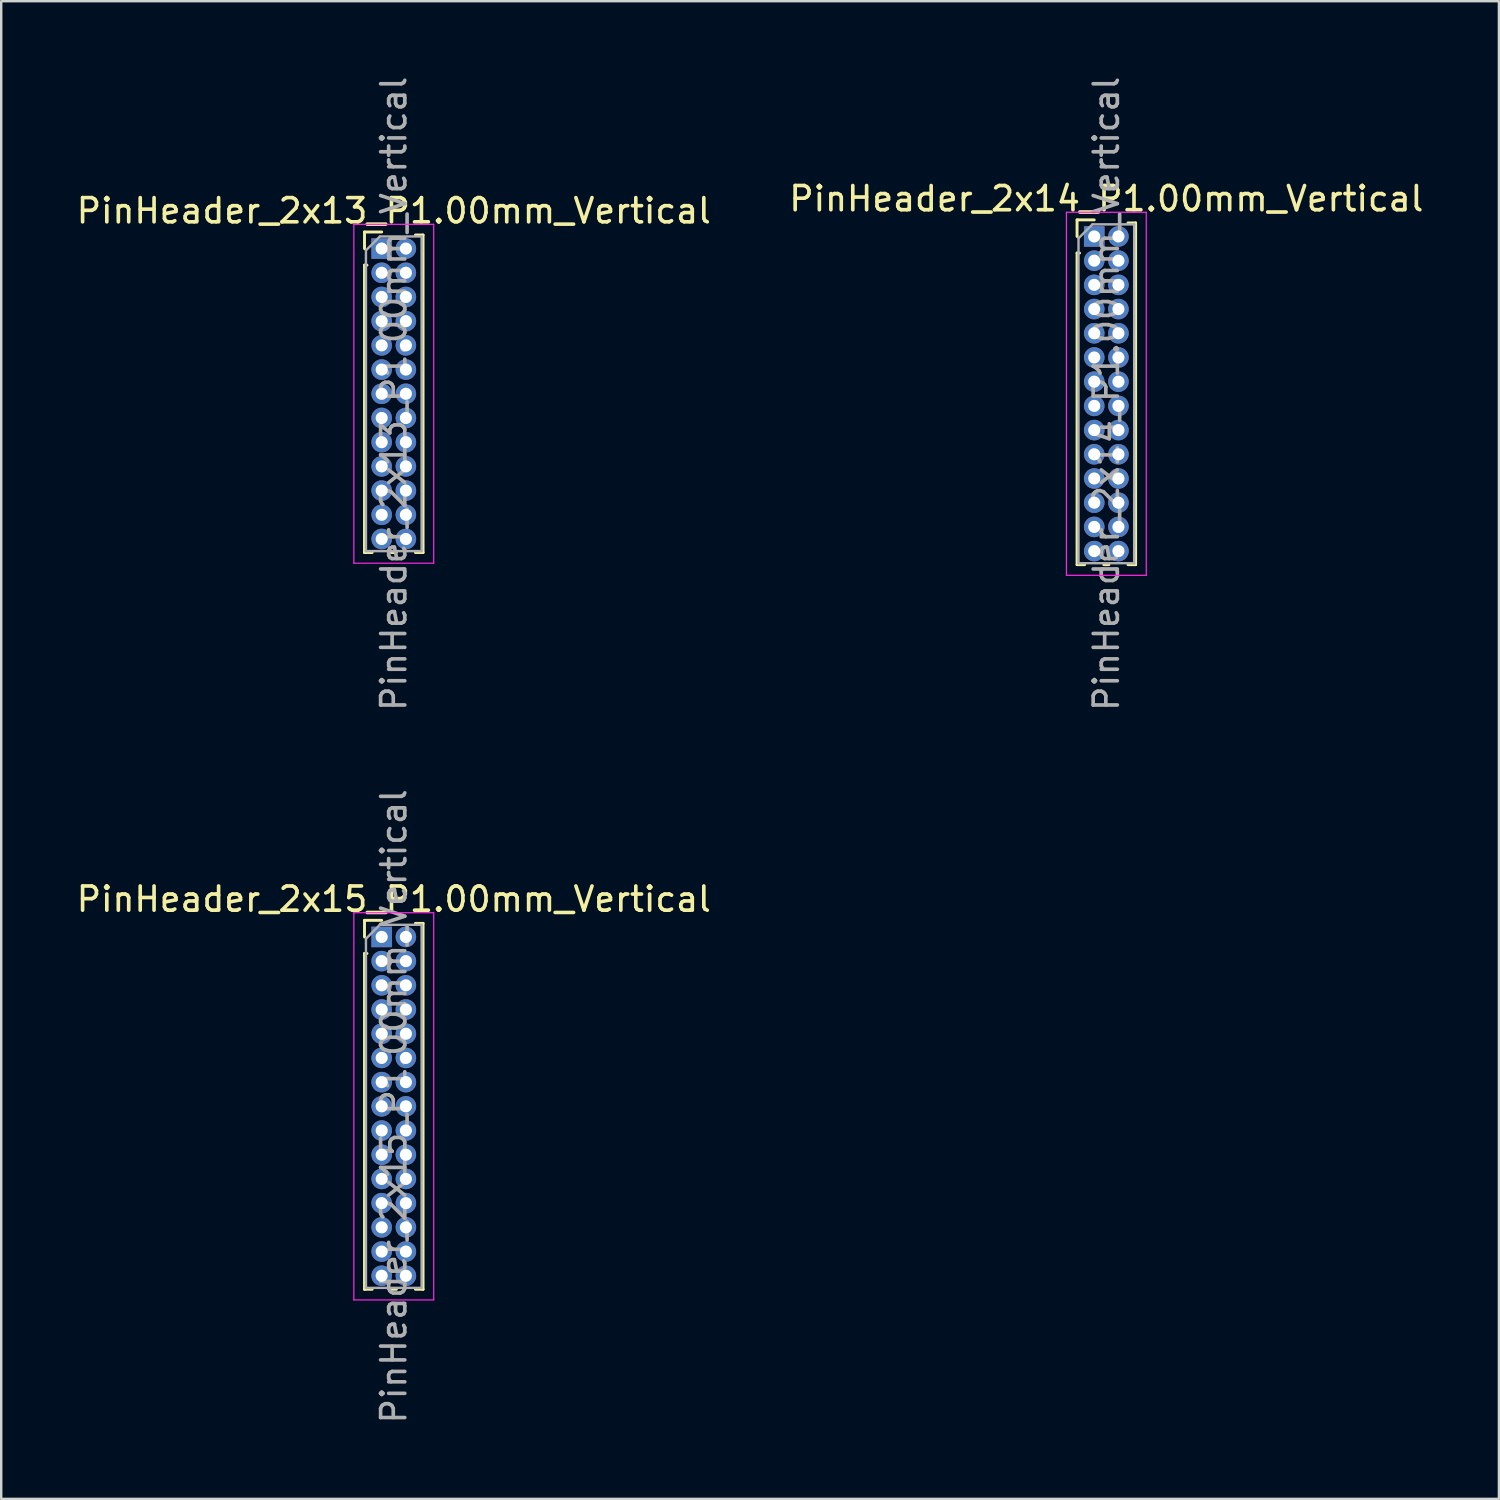
<source format=kicad_pcb>
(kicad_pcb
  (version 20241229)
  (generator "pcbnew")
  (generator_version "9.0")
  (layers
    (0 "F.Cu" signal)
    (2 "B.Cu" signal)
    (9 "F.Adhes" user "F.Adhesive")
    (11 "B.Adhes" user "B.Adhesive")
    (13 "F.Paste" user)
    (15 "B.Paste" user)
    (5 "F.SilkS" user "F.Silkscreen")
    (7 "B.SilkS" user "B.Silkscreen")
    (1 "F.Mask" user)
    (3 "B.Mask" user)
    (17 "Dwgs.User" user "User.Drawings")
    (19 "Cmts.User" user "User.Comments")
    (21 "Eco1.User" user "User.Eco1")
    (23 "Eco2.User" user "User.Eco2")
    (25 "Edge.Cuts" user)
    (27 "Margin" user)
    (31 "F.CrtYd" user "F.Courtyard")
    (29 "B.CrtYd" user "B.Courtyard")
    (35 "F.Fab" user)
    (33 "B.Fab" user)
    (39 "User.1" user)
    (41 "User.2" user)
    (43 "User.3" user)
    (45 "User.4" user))
  (footprint "PinHeader_2x15_P1.00mm_Vertical"
    (layer "F.Cu")
    (at 12.72 35.661)
    (property "Reference" "PinHeader_2x15_P1.00mm_Vertical" (at 0.5 -1.56 0) (layer "F.SilkS") (effects (font (size 1 1) (thickness 0.15))))
    (attr through_hole)
    (fp_line (start -0.71 -0.685) (end 0 -0.685) (stroke (width 0.12) (type solid)) (layer "F.SilkS"))
    (fp_line (start -0.71 0) (end -0.71 -0.685) (stroke (width 0.12) (type solid)) (layer "F.SilkS"))
    (fp_line (start -0.71 0.685) (end -0.71 14.56) (stroke (width 0.12) (type solid)) (layer "F.SilkS"))
    (fp_line (start -0.71 0.685) (end -0.608 0.685) (stroke (width 0.12) (type solid)) (layer "F.SilkS"))
    (fp_line (start -0.71 14.56) (end -0.394 14.56) (stroke (width 0.12) (type solid)) (layer "F.SilkS"))
    (fp_line (start 0.394 14.56) (end 0.606 14.56) (stroke (width 0.12) (type solid)) (layer "F.SilkS"))
    (fp_line (start 1.394 -0.56) (end 1.71 -0.56) (stroke (width 0.12) (type solid)) (layer "F.SilkS"))
    (fp_line (start 1.394 14.56) (end 1.71 14.56) (stroke (width 0.12) (type solid)) (layer "F.SilkS"))
    (fp_line (start 1.71 -0.56) (end 1.71 14.56) (stroke (width 0.12) (type solid)) (layer "F.SilkS"))
    (fp_line (start -1.15 -1) (end -1.15 15) (stroke (width 0.05) (type solid)) (layer "F.CrtYd"))
    (fp_line (start -1.15 15) (end 2.15 15) (stroke (width 0.05) (type solid)) (layer "F.CrtYd"))
    (fp_line (start 2.15 -1) (end -1.15 -1) (stroke (width 0.05) (type solid)) (layer "F.CrtYd"))
    (fp_line (start 2.15 15) (end 2.15 -1) (stroke (width 0.05) (type solid)) (layer "F.CrtYd"))
    (fp_line (start -0.65 0.075) (end -0.075 -0.5) (stroke (width 0.1) (type solid)) (layer "F.Fab"))
    (fp_line (start -0.65 14.5) (end -0.65 0.075) (stroke (width 0.1) (type solid)) (layer "F.Fab"))
    (fp_line (start -0.075 -0.5) (end 1.65 -0.5) (stroke (width 0.1) (type solid)) (layer "F.Fab"))
    (fp_line (start 1.65 -0.5) (end 1.65 14.5) (stroke (width 0.1) (type solid)) (layer "F.Fab"))
    (fp_line (start 1.65 14.5) (end -0.65 14.5) (stroke (width 0.1) (type solid)) (layer "F.Fab"))
    (fp_text user "${REFERENCE}" (at 0.5 7 90) (layer "F.Fab") (effects (font (size 1 1) (thickness 0.15))))
    (pad "1" thru_hole rect (at 0 0) (size 0.85 0.85) (drill 0.5) (layers "*.Cu" "*.Mask"))
    (pad "2" thru_hole oval (at 1 0) (size 0.85 0.85) (drill 0.5) (layers "*.Cu" "*.Mask"))
    (pad "3" thru_hole oval (at 0 1) (size 0.85 0.85) (drill 0.5) (layers "*.Cu" "*.Mask"))
    (pad "4" thru_hole oval (at 1 1) (size 0.85 0.85) (drill 0.5) (layers "*.Cu" "*.Mask"))
    (pad "5" thru_hole oval (at 0 2) (size 0.85 0.85) (drill 0.5) (layers "*.Cu" "*.Mask"))
    (pad "6" thru_hole oval (at 1 2) (size 0.85 0.85) (drill 0.5) (layers "*.Cu" "*.Mask"))
    (pad "7" thru_hole oval (at 0 3) (size 0.85 0.85) (drill 0.5) (layers "*.Cu" "*.Mask"))
    (pad "8" thru_hole oval (at 1 3) (size 0.85 0.85) (drill 0.5) (layers "*.Cu" "*.Mask"))
    (pad "9" thru_hole oval (at 0 4) (size 0.85 0.85) (drill 0.5) (layers "*.Cu" "*.Mask"))
    (pad "10" thru_hole oval (at 1 4) (size 0.85 0.85) (drill 0.5) (layers "*.Cu" "*.Mask"))
    (pad "11" thru_hole oval (at 0 5) (size 0.85 0.85) (drill 0.5) (layers "*.Cu" "*.Mask"))
    (pad "12" thru_hole oval (at 1 5) (size 0.85 0.85) (drill 0.5) (layers "*.Cu" "*.Mask"))
    (pad "13" thru_hole oval (at 0 6) (size 0.85 0.85) (drill 0.5) (layers "*.Cu" "*.Mask"))
    (pad "14" thru_hole oval (at 1 6) (size 0.85 0.85) (drill 0.5) (layers "*.Cu" "*.Mask"))
    (pad "15" thru_hole oval (at 0 7) (size 0.85 0.85) (drill 0.5) (layers "*.Cu" "*.Mask"))
    (pad "16" thru_hole oval (at 1 7) (size 0.85 0.85) (drill 0.5) (layers "*.Cu" "*.Mask"))
    (pad "17" thru_hole oval (at 0 8) (size 0.85 0.85) (drill 0.5) (layers "*.Cu" "*.Mask"))
    (pad "18" thru_hole oval (at 1 8) (size 0.85 0.85) (drill 0.5) (layers "*.Cu" "*.Mask"))
    (pad "19" thru_hole oval (at 0 9) (size 0.85 0.85) (drill 0.5) (layers "*.Cu" "*.Mask"))
    (pad "20" thru_hole oval (at 1 9) (size 0.85 0.85) (drill 0.5) (layers "*.Cu" "*.Mask"))
    (pad "21" thru_hole oval (at 0 10) (size 0.85 0.85) (drill 0.5) (layers "*.Cu" "*.Mask"))
    (pad "22" thru_hole oval (at 1 10) (size 0.85 0.85) (drill 0.5) (layers "*.Cu" "*.Mask"))
    (pad "23" thru_hole oval (at 0 11) (size 0.85 0.85) (drill 0.5) (layers "*.Cu" "*.Mask"))
    (pad "24" thru_hole oval (at 1 11) (size 0.85 0.85) (drill 0.5) (layers "*.Cu" "*.Mask"))
    (pad "25" thru_hole oval (at 0 12) (size 0.85 0.85) (drill 0.5) (layers "*.Cu" "*.Mask"))
    (pad "26" thru_hole oval (at 1 12) (size 0.85 0.85) (drill 0.5) (layers "*.Cu" "*.Mask"))
    (pad "27" thru_hole oval (at 0 13) (size 0.85 0.85) (drill 0.5) (layers "*.Cu" "*.Mask"))
    (pad "28" thru_hole oval (at 1 13) (size 0.85 0.85) (drill 0.5) (layers "*.Cu" "*.Mask"))
    (pad "29" thru_hole oval (at 0 14) (size 0.85 0.85) (drill 0.5) (layers "*.Cu" "*.Mask"))
    (pad "30" thru_hole oval (at 1 14) (size 0.85 0.85) (drill 0.5) (layers "*.Cu" "*.Mask")))
  (footprint "PinHeader_2x13_P1.00mm_Vertical"
    (layer "F.Cu")
    (at 12.72 7.22)
    (property "Reference" "PinHeader_2x13_P1.00mm_Vertical" (at 0.5 -1.56 0) (layer "F.SilkS") (effects (font (size 1 1) (thickness 0.15))))
    (attr through_hole)
    (fp_line (start -0.71 -0.685) (end 0 -0.685) (stroke (width 0.12) (type solid)) (layer "F.SilkS"))
    (fp_line (start -0.71 0) (end -0.71 -0.685) (stroke (width 0.12) (type solid)) (layer "F.SilkS"))
    (fp_line (start -0.71 0.685) (end -0.71 12.56) (stroke (width 0.12) (type solid)) (layer "F.SilkS"))
    (fp_line (start -0.71 0.685) (end -0.608 0.685) (stroke (width 0.12) (type solid)) (layer "F.SilkS"))
    (fp_line (start -0.71 12.56) (end -0.394 12.56) (stroke (width 0.12) (type solid)) (layer "F.SilkS"))
    (fp_line (start 0.394 12.56) (end 0.606 12.56) (stroke (width 0.12) (type solid)) (layer "F.SilkS"))
    (fp_line (start 1.394 -0.56) (end 1.71 -0.56) (stroke (width 0.12) (type solid)) (layer "F.SilkS"))
    (fp_line (start 1.394 12.56) (end 1.71 12.56) (stroke (width 0.12) (type solid)) (layer "F.SilkS"))
    (fp_line (start 1.71 -0.56) (end 1.71 12.56) (stroke (width 0.12) (type solid)) (layer "F.SilkS"))
    (fp_line (start -1.15 -1) (end -1.15 13) (stroke (width 0.05) (type solid)) (layer "F.CrtYd"))
    (fp_line (start -1.15 13) (end 2.15 13) (stroke (width 0.05) (type solid)) (layer "F.CrtYd"))
    (fp_line (start 2.15 -1) (end -1.15 -1) (stroke (width 0.05) (type solid)) (layer "F.CrtYd"))
    (fp_line (start 2.15 13) (end 2.15 -1) (stroke (width 0.05) (type solid)) (layer "F.CrtYd"))
    (fp_line (start -0.65 0.075) (end -0.075 -0.5) (stroke (width 0.1) (type solid)) (layer "F.Fab"))
    (fp_line (start -0.65 12.5) (end -0.65 0.075) (stroke (width 0.1) (type solid)) (layer "F.Fab"))
    (fp_line (start -0.075 -0.5) (end 1.65 -0.5) (stroke (width 0.1) (type solid)) (layer "F.Fab"))
    (fp_line (start 1.65 -0.5) (end 1.65 12.5) (stroke (width 0.1) (type solid)) (layer "F.Fab"))
    (fp_line (start 1.65 12.5) (end -0.65 12.5) (stroke (width 0.1) (type solid)) (layer "F.Fab"))
    (fp_text user "${REFERENCE}" (at 0.5 6 90) (layer "F.Fab") (effects (font (size 1 1) (thickness 0.15))))
    (pad "1" thru_hole rect (at 0 0) (size 0.85 0.85) (drill 0.5) (layers "*.Cu" "*.Mask"))
    (pad "2" thru_hole oval (at 1 0) (size 0.85 0.85) (drill 0.5) (layers "*.Cu" "*.Mask"))
    (pad "3" thru_hole oval (at 0 1) (size 0.85 0.85) (drill 0.5) (layers "*.Cu" "*.Mask"))
    (pad "4" thru_hole oval (at 1 1) (size 0.85 0.85) (drill 0.5) (layers "*.Cu" "*.Mask"))
    (pad "5" thru_hole oval (at 0 2) (size 0.85 0.85) (drill 0.5) (layers "*.Cu" "*.Mask"))
    (pad "6" thru_hole oval (at 1 2) (size 0.85 0.85) (drill 0.5) (layers "*.Cu" "*.Mask"))
    (pad "7" thru_hole oval (at 0 3) (size 0.85 0.85) (drill 0.5) (layers "*.Cu" "*.Mask"))
    (pad "8" thru_hole oval (at 1 3) (size 0.85 0.85) (drill 0.5) (layers "*.Cu" "*.Mask"))
    (pad "9" thru_hole oval (at 0 4) (size 0.85 0.85) (drill 0.5) (layers "*.Cu" "*.Mask"))
    (pad "10" thru_hole oval (at 1 4) (size 0.85 0.85) (drill 0.5) (layers "*.Cu" "*.Mask"))
    (pad "11" thru_hole oval (at 0 5) (size 0.85 0.85) (drill 0.5) (layers "*.Cu" "*.Mask"))
    (pad "12" thru_hole oval (at 1 5) (size 0.85 0.85) (drill 0.5) (layers "*.Cu" "*.Mask"))
    (pad "13" thru_hole oval (at 0 6) (size 0.85 0.85) (drill 0.5) (layers "*.Cu" "*.Mask"))
    (pad "14" thru_hole oval (at 1 6) (size 0.85 0.85) (drill 0.5) (layers "*.Cu" "*.Mask"))
    (pad "15" thru_hole oval (at 0 7) (size 0.85 0.85) (drill 0.5) (layers "*.Cu" "*.Mask"))
    (pad "16" thru_hole oval (at 1 7) (size 0.85 0.85) (drill 0.5) (layers "*.Cu" "*.Mask"))
    (pad "17" thru_hole oval (at 0 8) (size 0.85 0.85) (drill 0.5) (layers "*.Cu" "*.Mask"))
    (pad "18" thru_hole oval (at 1 8) (size 0.85 0.85) (drill 0.5) (layers "*.Cu" "*.Mask"))
    (pad "19" thru_hole oval (at 0 9) (size 0.85 0.85) (drill 0.5) (layers "*.Cu" "*.Mask"))
    (pad "20" thru_hole oval (at 1 9) (size 0.85 0.85) (drill 0.5) (layers "*.Cu" "*.Mask"))
    (pad "21" thru_hole oval (at 0 10) (size 0.85 0.85) (drill 0.5) (layers "*.Cu" "*.Mask"))
    (pad "22" thru_hole oval (at 1 10) (size 0.85 0.85) (drill 0.5) (layers "*.Cu" "*.Mask"))
    (pad "23" thru_hole oval (at 0 11) (size 0.85 0.85) (drill 0.5) (layers "*.Cu" "*.Mask"))
    (pad "24" thru_hole oval (at 1 11) (size 0.85 0.85) (drill 0.5) (layers "*.Cu" "*.Mask"))
    (pad "25" thru_hole oval (at 0 12) (size 0.85 0.85) (drill 0.5) (layers "*.Cu" "*.Mask"))
    (pad "26" thru_hole oval (at 1 12) (size 0.85 0.85) (drill 0.5) (layers "*.Cu" "*.Mask")))
  (footprint "PinHeader_2x14_P1.00mm_Vertical"
    (layer "F.Cu")
    (at 42.161 6.72)
    (property "Reference" "PinHeader_2x14_P1.00mm_Vertical" (at 0.5 -1.56 0) (layer "F.SilkS") (effects (font (size 1 1) (thickness 0.15))))
    (attr through_hole)
    (fp_line (start -0.71 -0.685) (end 0 -0.685) (stroke (width 0.12) (type solid)) (layer "F.SilkS"))
    (fp_line (start -0.71 0) (end -0.71 -0.685) (stroke (width 0.12) (type solid)) (layer "F.SilkS"))
    (fp_line (start -0.71 0.685) (end -0.71 13.56) (stroke (width 0.12) (type solid)) (layer "F.SilkS"))
    (fp_line (start -0.71 0.685) (end -0.608 0.685) (stroke (width 0.12) (type solid)) (layer "F.SilkS"))
    (fp_line (start -0.71 13.56) (end -0.394 13.56) (stroke (width 0.12) (type solid)) (layer "F.SilkS"))
    (fp_line (start 0.394 13.56) (end 0.606 13.56) (stroke (width 0.12) (type solid)) (layer "F.SilkS"))
    (fp_line (start 1.394 -0.56) (end 1.71 -0.56) (stroke (width 0.12) (type solid)) (layer "F.SilkS"))
    (fp_line (start 1.394 13.56) (end 1.71 13.56) (stroke (width 0.12) (type solid)) (layer "F.SilkS"))
    (fp_line (start 1.71 -0.56) (end 1.71 13.56) (stroke (width 0.12) (type solid)) (layer "F.SilkS"))
    (fp_line (start -1.15 -1) (end -1.15 14) (stroke (width 0.05) (type solid)) (layer "F.CrtYd"))
    (fp_line (start -1.15 14) (end 2.15 14) (stroke (width 0.05) (type solid)) (layer "F.CrtYd"))
    (fp_line (start 2.15 -1) (end -1.15 -1) (stroke (width 0.05) (type solid)) (layer "F.CrtYd"))
    (fp_line (start 2.15 14) (end 2.15 -1) (stroke (width 0.05) (type solid)) (layer "F.CrtYd"))
    (fp_line (start -0.65 0.075) (end -0.075 -0.5) (stroke (width 0.1) (type solid)) (layer "F.Fab"))
    (fp_line (start -0.65 13.5) (end -0.65 0.075) (stroke (width 0.1) (type solid)) (layer "F.Fab"))
    (fp_line (start -0.075 -0.5) (end 1.65 -0.5) (stroke (width 0.1) (type solid)) (layer "F.Fab"))
    (fp_line (start 1.65 -0.5) (end 1.65 13.5) (stroke (width 0.1) (type solid)) (layer "F.Fab"))
    (fp_line (start 1.65 13.5) (end -0.65 13.5) (stroke (width 0.1) (type solid)) (layer "F.Fab"))
    (fp_text user "${REFERENCE}" (at 0.5 6.5 90) (layer "F.Fab") (effects (font (size 1 1) (thickness 0.15))))
    (pad "1" thru_hole rect (at 0 0) (size 0.85 0.85) (drill 0.5) (layers "*.Cu" "*.Mask"))
    (pad "2" thru_hole oval (at 1 0) (size 0.85 0.85) (drill 0.5) (layers "*.Cu" "*.Mask"))
    (pad "3" thru_hole oval (at 0 1) (size 0.85 0.85) (drill 0.5) (layers "*.Cu" "*.Mask"))
    (pad "4" thru_hole oval (at 1 1) (size 0.85 0.85) (drill 0.5) (layers "*.Cu" "*.Mask"))
    (pad "5" thru_hole oval (at 0 2) (size 0.85 0.85) (drill 0.5) (layers "*.Cu" "*.Mask"))
    (pad "6" thru_hole oval (at 1 2) (size 0.85 0.85) (drill 0.5) (layers "*.Cu" "*.Mask"))
    (pad "7" thru_hole oval (at 0 3) (size 0.85 0.85) (drill 0.5) (layers "*.Cu" "*.Mask"))
    (pad "8" thru_hole oval (at 1 3) (size 0.85 0.85) (drill 0.5) (layers "*.Cu" "*.Mask"))
    (pad "9" thru_hole oval (at 0 4) (size 0.85 0.85) (drill 0.5) (layers "*.Cu" "*.Mask"))
    (pad "10" thru_hole oval (at 1 4) (size 0.85 0.85) (drill 0.5) (layers "*.Cu" "*.Mask"))
    (pad "11" thru_hole oval (at 0 5) (size 0.85 0.85) (drill 0.5) (layers "*.Cu" "*.Mask"))
    (pad "12" thru_hole oval (at 1 5) (size 0.85 0.85) (drill 0.5) (layers "*.Cu" "*.Mask"))
    (pad "13" thru_hole oval (at 0 6) (size 0.85 0.85) (drill 0.5) (layers "*.Cu" "*.Mask"))
    (pad "14" thru_hole oval (at 1 6) (size 0.85 0.85) (drill 0.5) (layers "*.Cu" "*.Mask"))
    (pad "15" thru_hole oval (at 0 7) (size 0.85 0.85) (drill 0.5) (layers "*.Cu" "*.Mask"))
    (pad "16" thru_hole oval (at 1 7) (size 0.85 0.85) (drill 0.5) (layers "*.Cu" "*.Mask"))
    (pad "17" thru_hole oval (at 0 8) (size 0.85 0.85) (drill 0.5) (layers "*.Cu" "*.Mask"))
    (pad "18" thru_hole oval (at 1 8) (size 0.85 0.85) (drill 0.5) (layers "*.Cu" "*.Mask"))
    (pad "19" thru_hole oval (at 0 9) (size 0.85 0.85) (drill 0.5) (layers "*.Cu" "*.Mask"))
    (pad "20" thru_hole oval (at 1 9) (size 0.85 0.85) (drill 0.5) (layers "*.Cu" "*.Mask"))
    (pad "21" thru_hole oval (at 0 10) (size 0.85 0.85) (drill 0.5) (layers "*.Cu" "*.Mask"))
    (pad "22" thru_hole oval (at 1 10) (size 0.85 0.85) (drill 0.5) (layers "*.Cu" "*.Mask"))
    (pad "23" thru_hole oval (at 0 11) (size 0.85 0.85) (drill 0.5) (layers "*.Cu" "*.Mask"))
    (pad "24" thru_hole oval (at 1 11) (size 0.85 0.85) (drill 0.5) (layers "*.Cu" "*.Mask"))
    (pad "25" thru_hole oval (at 0 12) (size 0.85 0.85) (drill 0.5) (layers "*.Cu" "*.Mask"))
    (pad "26" thru_hole oval (at 1 12) (size 0.85 0.85) (drill 0.5) (layers "*.Cu" "*.Mask"))
    (pad "27" thru_hole oval (at 0 13) (size 0.85 0.85) (drill 0.5) (layers "*.Cu" "*.Mask"))
    (pad "28" thru_hole oval (at 1 13) (size 0.85 0.85) (drill 0.5) (layers "*.Cu" "*.Mask")))
  (gr_rect
    (start -3 -3)
    (end 58.881 58.881)
    (stroke (width 0.1) (type default))
    (fill no)
    (layer "Edge.Cuts")))
</source>
